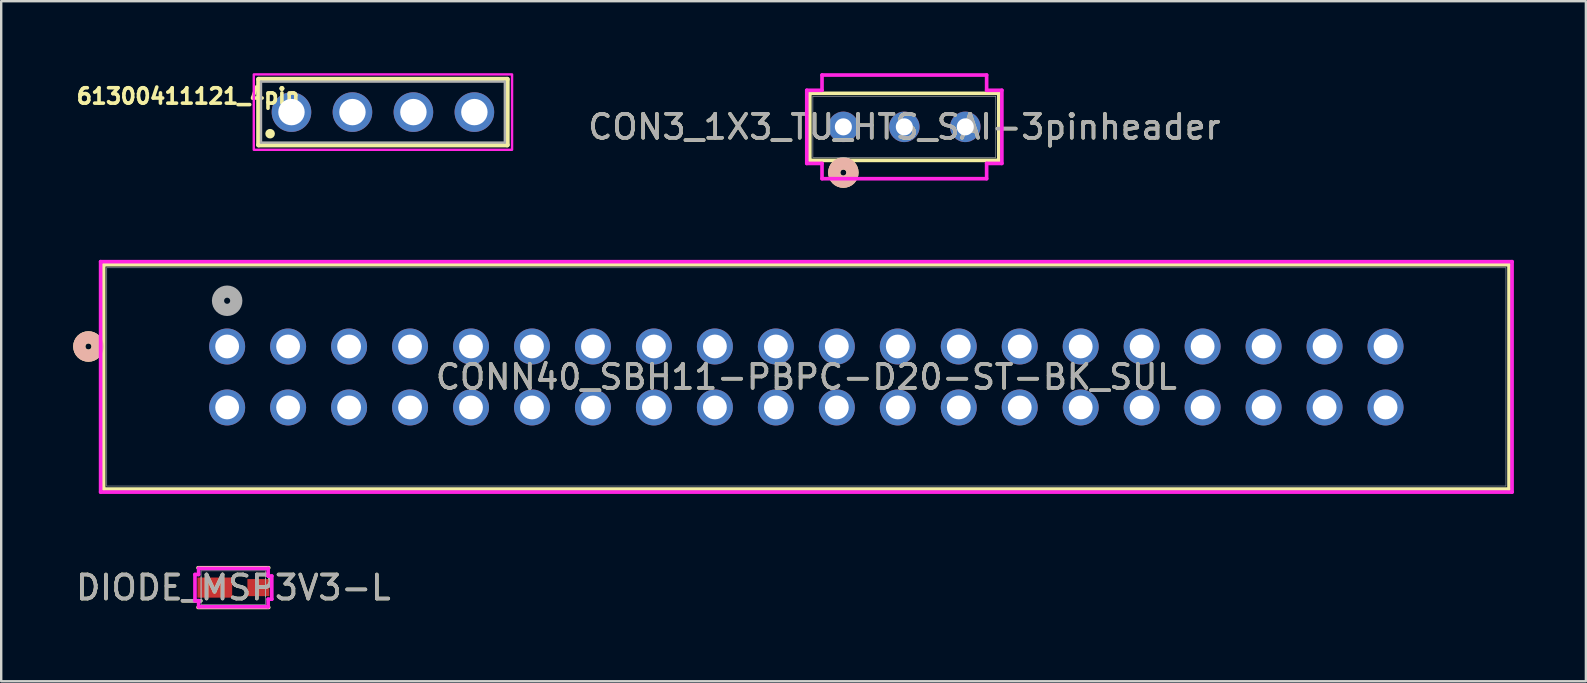
<source format=kicad_pcb>
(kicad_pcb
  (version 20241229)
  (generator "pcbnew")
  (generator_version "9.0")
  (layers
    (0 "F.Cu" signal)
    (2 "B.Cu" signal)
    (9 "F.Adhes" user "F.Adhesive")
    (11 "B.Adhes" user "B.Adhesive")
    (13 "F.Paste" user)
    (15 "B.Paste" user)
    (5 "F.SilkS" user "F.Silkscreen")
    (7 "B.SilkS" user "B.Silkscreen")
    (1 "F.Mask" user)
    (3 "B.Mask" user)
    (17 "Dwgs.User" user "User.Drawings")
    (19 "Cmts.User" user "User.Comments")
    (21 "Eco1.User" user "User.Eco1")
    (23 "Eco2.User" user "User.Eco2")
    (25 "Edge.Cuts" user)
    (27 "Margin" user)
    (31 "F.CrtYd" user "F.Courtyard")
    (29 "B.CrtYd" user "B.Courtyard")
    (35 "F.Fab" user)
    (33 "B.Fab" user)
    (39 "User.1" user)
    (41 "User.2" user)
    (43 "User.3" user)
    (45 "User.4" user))
  (footprint "CONN40_SBH11-PBPC-D20-ST-BK_SUL"
    (layer "F.Cu")
    (at 6.413 11.385)
    (property "Reference" "CONN40_SBH11-PBPC-D20-ST-BK_SUL" (at 24.13 1.27 0) (unlocked yes) (layer "F.SilkS") (effects (font (size 1 1) (thickness 0.15))))
    (attr through_hole)
    (fp_line (start -5.144 -3.407) (end -5.144 5.94) (stroke (width 0.152) (type solid)) (layer "F.SilkS"))
    (fp_line (start -5.144 5.94) (end 53.404 5.94) (stroke (width 0.152) (type solid)) (layer "F.SilkS"))
    (fp_line (start 53.404 -3.407) (end -5.144 -3.407) (stroke (width 0.152) (type solid)) (layer "F.SilkS"))
    (fp_line (start 53.404 5.94) (end 53.404 -3.407) (stroke (width 0.152) (type solid)) (layer "F.SilkS"))
    (fp_circle (center -5.779 0) (end -5.397 0) (stroke (width 0.508) (type solid)) (fill no) (layer "F.SilkS"))
    (fp_circle (center -5.779 0) (end -5.397 0) (stroke (width 0.508) (type solid)) (fill no) (layer "B.SilkS"))
    (fp_line (start -5.271 -3.534) (end -5.271 6.067) (stroke (width 0.152) (type solid)) (layer "F.CrtYd"))
    (fp_line (start -5.271 6.067) (end 53.531 6.067) (stroke (width 0.152) (type solid)) (layer "F.CrtYd"))
    (fp_line (start 53.531 -3.534) (end -5.271 -3.534) (stroke (width 0.152) (type solid)) (layer "F.CrtYd"))
    (fp_line (start 53.531 6.067) (end 53.531 -3.534) (stroke (width 0.152) (type solid)) (layer "F.CrtYd"))
    (fp_line (start -5.016 -3.28) (end -5.016 5.813) (stroke (width 0.025) (type solid)) (layer "F.Fab"))
    (fp_line (start -5.016 5.813) (end 53.276 5.813) (stroke (width 0.025) (type solid)) (layer "F.Fab"))
    (fp_line (start 53.276 -3.28) (end -5.016 -3.28) (stroke (width 0.025) (type solid)) (layer "F.Fab"))
    (fp_line (start 53.276 5.813) (end 53.276 -3.28) (stroke (width 0.025) (type solid)) (layer "F.Fab"))
    (fp_circle (center 0 -1.905) (end 0.381 -1.905) (stroke (width 0.508) (type solid)) (fill no) (layer "F.Fab"))
    (fp_text user "${REFERENCE}" (at 24.13 1.27 0) (unlocked yes) (layer "F.Fab") (effects (font (size 1 1) (thickness 0.15))))
    (pad "1" thru_hole circle (at 0 0) (size 1.499 1.499) (drill 0.991) (layers "*.Cu" "*.Mask"))
    (pad "2" thru_hole circle (at 0 2.54) (size 1.499 1.499) (drill 0.991) (layers "*.Cu" "*.Mask"))
    (pad "3" thru_hole circle (at 2.54 0) (size 1.499 1.499) (drill 0.991) (layers "*.Cu" "*.Mask"))
    (pad "4" thru_hole circle (at 2.54 2.54) (size 1.499 1.499) (drill 0.991) (layers "*.Cu" "*.Mask"))
    (pad "5" thru_hole circle (at 5.08 0) (size 1.499 1.499) (drill 0.991) (layers "*.Cu" "*.Mask"))
    (pad "6" thru_hole circle (at 5.08 2.54) (size 1.499 1.499) (drill 0.991) (layers "*.Cu" "*.Mask"))
    (pad "7" thru_hole circle (at 7.62 0) (size 1.499 1.499) (drill 0.991) (layers "*.Cu" "*.Mask"))
    (pad "8" thru_hole circle (at 7.62 2.54) (size 1.499 1.499) (drill 0.991) (layers "*.Cu" "*.Mask"))
    (pad "9" thru_hole circle (at 10.16 0) (size 1.499 1.499) (drill 0.991) (layers "*.Cu" "*.Mask"))
    (pad "10" thru_hole circle (at 10.16 2.54) (size 1.499 1.499) (drill 0.991) (layers "*.Cu" "*.Mask"))
    (pad "11" thru_hole circle (at 12.7 0) (size 1.499 1.499) (drill 0.991) (layers "*.Cu" "*.Mask"))
    (pad "12" thru_hole circle (at 12.7 2.54) (size 1.499 1.499) (drill 0.991) (layers "*.Cu" "*.Mask"))
    (pad "13" thru_hole circle (at 15.24 0) (size 1.499 1.499) (drill 0.991) (layers "*.Cu" "*.Mask"))
    (pad "14" thru_hole circle (at 15.24 2.54) (size 1.499 1.499) (drill 0.991) (layers "*.Cu" "*.Mask"))
    (pad "15" thru_hole circle (at 17.78 0) (size 1.499 1.499) (drill 0.991) (layers "*.Cu" "*.Mask"))
    (pad "16" thru_hole circle (at 17.78 2.54) (size 1.499 1.499) (drill 0.991) (layers "*.Cu" "*.Mask"))
    (pad "17" thru_hole circle (at 20.32 0) (size 1.499 1.499) (drill 0.991) (layers "*.Cu" "*.Mask"))
    (pad "18" thru_hole circle (at 20.32 2.54) (size 1.499 1.499) (drill 0.991) (layers "*.Cu" "*.Mask"))
    (pad "19" thru_hole circle (at 22.86 0) (size 1.499 1.499) (drill 0.991) (layers "*.Cu" "*.Mask"))
    (pad "20" thru_hole circle (at 22.86 2.54) (size 1.499 1.499) (drill 0.991) (layers "*.Cu" "*.Mask"))
    (pad "21" thru_hole circle (at 25.4 0) (size 1.499 1.499) (drill 0.991) (layers "*.Cu" "*.Mask"))
    (pad "22" thru_hole circle (at 25.4 2.54) (size 1.499 1.499) (drill 0.991) (layers "*.Cu" "*.Mask"))
    (pad "23" thru_hole circle (at 27.94 0) (size 1.499 1.499) (drill 0.991) (layers "*.Cu" "*.Mask"))
    (pad "24" thru_hole circle (at 27.94 2.54) (size 1.499 1.499) (drill 0.991) (layers "*.Cu" "*.Mask"))
    (pad "25" thru_hole circle (at 30.48 0) (size 1.499 1.499) (drill 0.991) (layers "*.Cu" "*.Mask"))
    (pad "26" thru_hole circle (at 30.48 2.54) (size 1.499 1.499) (drill 0.991) (layers "*.Cu" "*.Mask"))
    (pad "27" thru_hole circle (at 33.02 0) (size 1.499 1.499) (drill 0.991) (layers "*.Cu" "*.Mask"))
    (pad "28" thru_hole circle (at 33.02 2.54) (size 1.499 1.499) (drill 0.991) (layers "*.Cu" "*.Mask"))
    (pad "29" thru_hole circle (at 35.56 0) (size 1.499 1.499) (drill 0.991) (layers "*.Cu" "*.Mask"))
    (pad "30" thru_hole circle (at 35.56 2.54) (size 1.499 1.499) (drill 0.991) (layers "*.Cu" "*.Mask"))
    (pad "31" thru_hole circle (at 38.1 0) (size 1.499 1.499) (drill 0.991) (layers "*.Cu" "*.Mask"))
    (pad "32" thru_hole circle (at 38.1 2.54) (size 1.499 1.499) (drill 0.991) (layers "*.Cu" "*.Mask"))
    (pad "33" thru_hole circle (at 40.64 0) (size 1.499 1.499) (drill 0.991) (layers "*.Cu" "*.Mask"))
    (pad "34" thru_hole circle (at 40.64 2.54) (size 1.499 1.499) (drill 0.991) (layers "*.Cu" "*.Mask"))
    (pad "35" thru_hole circle (at 43.18 0) (size 1.499 1.499) (drill 0.991) (layers "*.Cu" "*.Mask"))
    (pad "36" thru_hole circle (at 43.18 2.54) (size 1.499 1.499) (drill 0.991) (layers "*.Cu" "*.Mask"))
    (pad "37" thru_hole circle (at 45.72 0) (size 1.499 1.499) (drill 0.991) (layers "*.Cu" "*.Mask"))
    (pad "38" thru_hole circle (at 45.72 2.54) (size 1.499 1.499) (drill 0.991) (layers "*.Cu" "*.Mask"))
    (pad "39" thru_hole circle (at 48.26 0) (size 1.499 1.499) (drill 0.991) (layers "*.Cu" "*.Mask"))
    (pad "40" thru_hole circle (at 48.26 2.54) (size 1.499 1.499) (drill 0.991) (layers "*.Cu" "*.Mask")))
  (footprint "DIODE_MSP3V3-L"
    (layer "F.Cu")
    (at 6.673 21.43)
    (property "Reference" "DIODE_MSP3V3-L" (at 0 0 0) (unlocked yes) (layer "F.SilkS") (effects (font (size 1 1) (thickness 0.15))))
    (attr smd)
    (fp_line (start -1.473 0.826) (end 1.473 0.826) (stroke (width 0.152) (type solid)) (layer "F.SilkS"))
    (fp_line (start 1.473 -0.826) (end -1.473 -0.826) (stroke (width 0.152) (type solid)) (layer "F.SilkS"))
    (fp_line (start -1.6 -0.546) (end -1.448 -0.546) (stroke (width 0.152) (type solid)) (layer "F.CrtYd"))
    (fp_line (start -1.6 0.546) (end -1.6 -0.546) (stroke (width 0.152) (type solid)) (layer "F.CrtYd"))
    (fp_line (start -1.448 -0.8) (end 1.448 -0.8) (stroke (width 0.152) (type solid)) (layer "F.CrtYd"))
    (fp_line (start -1.448 -0.546) (end -1.448 -0.8) (stroke (width 0.152) (type solid)) (layer "F.CrtYd"))
    (fp_line (start -1.448 0.546) (end -1.6 0.546) (stroke (width 0.152) (type solid)) (layer "F.CrtYd"))
    (fp_line (start -1.448 0.8) (end -1.448 0.546) (stroke (width 0.152) (type solid)) (layer "F.CrtYd"))
    (fp_line (start 1.448 -0.8) (end 1.448 -0.483) (stroke (width 0.152) (type solid)) (layer "F.CrtYd"))
    (fp_line (start 1.448 -0.483) (end 1.6 -0.483) (stroke (width 0.152) (type solid)) (layer "F.CrtYd"))
    (fp_line (start 1.448 0.483) (end 1.448 0.8) (stroke (width 0.152) (type solid)) (layer "F.CrtYd"))
    (fp_line (start 1.448 0.8) (end -1.448 0.8) (stroke (width 0.152) (type solid)) (layer "F.CrtYd"))
    (fp_line (start 1.6 -0.483) (end 1.6 0.483) (stroke (width 0.152) (type solid)) (layer "F.CrtYd"))
    (fp_line (start 1.6 0.483) (end 1.448 0.483) (stroke (width 0.152) (type solid)) (layer "F.CrtYd"))
    (fp_line (start -1.346 -0.699) (end -1.346 0.699) (stroke (width 0.025) (type solid)) (layer "F.Fab"))
    (fp_line (start -1.346 -0.445) (end -1.346 -0.445) (stroke (width 0.025) (type solid)) (layer "F.Fab"))
    (fp_line (start -1.346 -0.445) (end -1.346 0.445) (stroke (width 0.025) (type solid)) (layer "F.Fab"))
    (fp_line (start -1.346 0.445) (end -1.346 -0.445) (stroke (width 0.025) (type solid)) (layer "F.Fab"))
    (fp_line (start -1.346 0.445) (end -1.346 0.445) (stroke (width 0.025) (type solid)) (layer "F.Fab"))
    (fp_line (start -1.346 0.699) (end 1.346 0.699) (stroke (width 0.025) (type solid)) (layer "F.Fab"))
    (fp_line (start 1.346 -0.699) (end -1.346 -0.699) (stroke (width 0.025) (type solid)) (layer "F.Fab"))
    (fp_line (start 1.346 -0.381) (end 1.346 -0.381) (stroke (width 0.025) (type solid)) (layer "F.Fab"))
    (fp_line (start 1.346 -0.381) (end 1.346 0.381) (stroke (width 0.025) (type solid)) (layer "F.Fab"))
    (fp_line (start 1.346 0.381) (end 1.346 -0.381) (stroke (width 0.025) (type solid)) (layer "F.Fab"))
    (fp_line (start 1.346 0.381) (end 1.346 0.381) (stroke (width 0.025) (type solid)) (layer "F.Fab"))
    (fp_line (start 1.346 0.699) (end 1.346 -0.699) (stroke (width 0.025) (type solid)) (layer "F.Fab"))
    (fp_text user "${REFERENCE}" (at 0 0 0) (unlocked yes) (layer "F.Fab") (effects (font (size 1 1) (thickness 0.15))))
    (pad "1" smd rect (at -0.775 0) (size 1.448 0.838) (layers "F.Cu" "F.Mask" "F.Paste"))
    (pad "2" smd rect (at 1.041 0) (size 0.914 0.711) (layers "F.Cu" "F.Mask" "F.Paste"))
    (zone (net_name "") (layer "F.Cu") (hatch full 0.508) (connect_pads) (min_thickness 0.254) (filled_areas_thickness no) (keepout (tracks not_allowed) (vias not_allowed) (pads allowed) (copperpour not_allowed) (footprints allowed)) (placement (enabled no)) (fill) (polygon (pts (xy 6.673 20.783) (xy 7.206 20.783) (xy 7.206 22.078) (xy 6.673 22.078)))))
  (footprint "CON3_1X3_TU_HTS_SAI-3pinheader"
    (layer "F.Cu")
    (at 34.625 2.235)
    (property "Reference" "CON3_1X3_TU_HTS_SAI-3pinheader" (at 0 0 0) (unlocked yes) (layer "F.SilkS") (effects (font (size 1 1) (thickness 0.15))))
    (attr through_hole)
    (fp_line (start -3.937 -1.397) (end -3.937 1.397) (stroke (width 0.152) (type solid)) (layer "F.SilkS"))
    (fp_line (start -3.937 1.397) (end 3.937 1.397) (stroke (width 0.152) (type solid)) (layer "F.SilkS"))
    (fp_line (start 3.937 -1.397) (end -3.937 -1.397) (stroke (width 0.152) (type solid)) (layer "F.SilkS"))
    (fp_line (start 3.937 1.397) (end 3.937 -1.397) (stroke (width 0.152) (type solid)) (layer "F.SilkS"))
    (fp_circle (center -2.54 1.905) (end -2.159 1.905) (stroke (width 0.508) (type solid)) (fill no) (layer "F.SilkS"))
    (fp_circle (center -2.54 1.905) (end -2.159 1.905) (stroke (width 0.508) (type solid)) (fill no) (layer "B.SilkS"))
    (fp_line (start -4.064 -1.524) (end -4.064 1.524) (stroke (width 0.152) (type solid)) (layer "F.CrtYd"))
    (fp_line (start -4.064 1.524) (end -3.429 1.524) (stroke (width 0.152) (type solid)) (layer "F.CrtYd"))
    (fp_line (start -3.429 -2.159) (end -3.429 -1.524) (stroke (width 0.152) (type solid)) (layer "F.CrtYd"))
    (fp_line (start -3.429 -1.524) (end -4.064 -1.524) (stroke (width 0.152) (type solid)) (layer "F.CrtYd"))
    (fp_line (start -3.429 1.524) (end -3.429 2.159) (stroke (width 0.152) (type solid)) (layer "F.CrtYd"))
    (fp_line (start -3.429 2.159) (end 3.429 2.159) (stroke (width 0.152) (type solid)) (layer "F.CrtYd"))
    (fp_line (start 3.429 -2.159) (end -3.429 -2.159) (stroke (width 0.152) (type solid)) (layer "F.CrtYd"))
    (fp_line (start 3.429 -1.524) (end 3.429 -2.159) (stroke (width 0.152) (type solid)) (layer "F.CrtYd"))
    (fp_line (start 3.429 1.524) (end 4.064 1.524) (stroke (width 0.152) (type solid)) (layer "F.CrtYd"))
    (fp_line (start 3.429 2.159) (end 3.429 1.524) (stroke (width 0.152) (type solid)) (layer "F.CrtYd"))
    (fp_line (start 4.064 -1.524) (end 3.429 -1.524) (stroke (width 0.152) (type solid)) (layer "F.CrtYd"))
    (fp_line (start 4.064 1.524) (end 4.064 -1.524) (stroke (width 0.152) (type solid)) (layer "F.CrtYd"))
    (fp_line (start -3.81 -1.27) (end -3.81 1.27) (stroke (width 0.025) (type solid)) (layer "F.Fab"))
    (fp_line (start -3.81 1.27) (end 3.81 1.27) (stroke (width 0.025) (type solid)) (layer "F.Fab"))
    (fp_line (start 3.81 -1.27) (end -3.81 -1.27) (stroke (width 0.025) (type solid)) (layer "F.Fab"))
    (fp_line (start 3.81 1.27) (end 3.81 -1.27) (stroke (width 0.025) (type solid)) (layer "F.Fab"))
    (fp_circle (center -2.54 0) (end -2.286 0) (stroke (width 0.025) (type solid)) (fill no) (layer "F.Fab"))
    (fp_text user "${REFERENCE}" (at 0 0 0) (unlocked yes) (layer "F.Fab") (effects (font (size 1 1) (thickness 0.15))))
    (pad "1" thru_hole circle (at -2.54 0 90) (size 1.27 1.27) (drill 0.711) (layers "*.Cu" "*.Mask"))
    (pad "2" thru_hole circle (at 0 0 90) (size 1.27 1.27) (drill 0.711) (layers "*.Cu" "*.Mask"))
    (pad "3" thru_hole circle (at 2.54 0 90) (size 1.27 1.27) (drill 0.711) (layers "*.Cu" "*.Mask")))
  (footprint "61300411121_4pin"
    (layer "F.Cu")
    (at 12.903 1.62)
    (property "Reference" "61300411121_4pin" (at -8.11 -0.662 0) (layer "F.SilkS") (effects (font (size 0.64 0.64) (thickness 0.15))))
    (attr through_hole)
    (fp_line (start -5.18 -1.37) (end 5.18 -1.37) (stroke (width 0.2) (type solid)) (layer "F.SilkS"))
    (fp_line (start -5.18 1.37) (end -5.18 -1.37) (stroke (width 0.2) (type solid)) (layer "F.SilkS"))
    (fp_line (start 5.18 -1.37) (end 5.18 1.37) (stroke (width 0.2) (type solid)) (layer "F.SilkS"))
    (fp_line (start 5.18 1.37) (end -5.18 1.37) (stroke (width 0.2) (type solid)) (layer "F.SilkS"))
    (fp_circle (center -4.7 0.9) (end -4.6 0.9) (stroke (width 0.2) (type solid)) (fill no) (layer "F.SilkS"))
    (fp_poly (pts (xy -5.38 -1.57) (xy 5.38 -1.57) (xy 5.38 1.57) (xy -5.38 1.57)) (stroke (width 0.1) (type solid)) (fill no) (layer "F.CrtYd"))
    (fp_line (start -5.08 -1.27) (end -5.08 1.27) (stroke (width 0.1) (type solid)) (layer "F.Fab"))
    (fp_line (start -5.08 1.27) (end 5.08 1.27) (stroke (width 0.1) (type solid)) (layer "F.Fab"))
    (fp_line (start 5.08 -1.27) (end -5.08 -1.27) (stroke (width 0.1) (type solid)) (layer "F.Fab"))
    (fp_line (start 5.08 1.27) (end 5.08 -1.27) (stroke (width 0.1) (type solid)) (layer "F.Fab"))
    (pad "1" thru_hole circle (at -3.81 0) (size 1.65 1.65) (drill 1.1) (layers "*.Cu" "*.Mask"))
    (pad "2" thru_hole circle (at -1.27 0) (size 1.65 1.65) (drill 1.1) (layers "*.Cu" "*.Mask"))
    (pad "3" thru_hole circle (at 1.27 0) (size 1.65 1.65) (drill 1.1) (layers "*.Cu" "*.Mask"))
    (pad "4" thru_hole circle (at 3.81 0) (size 1.65 1.65) (drill 1.1) (layers "*.Cu" "*.Mask")))
  (gr_rect
    (start -3 -3)
    (end 63.02 25.332)
    (stroke (width 0.1) (type default))
    (fill no)
    (layer "Edge.Cuts")))
</source>
